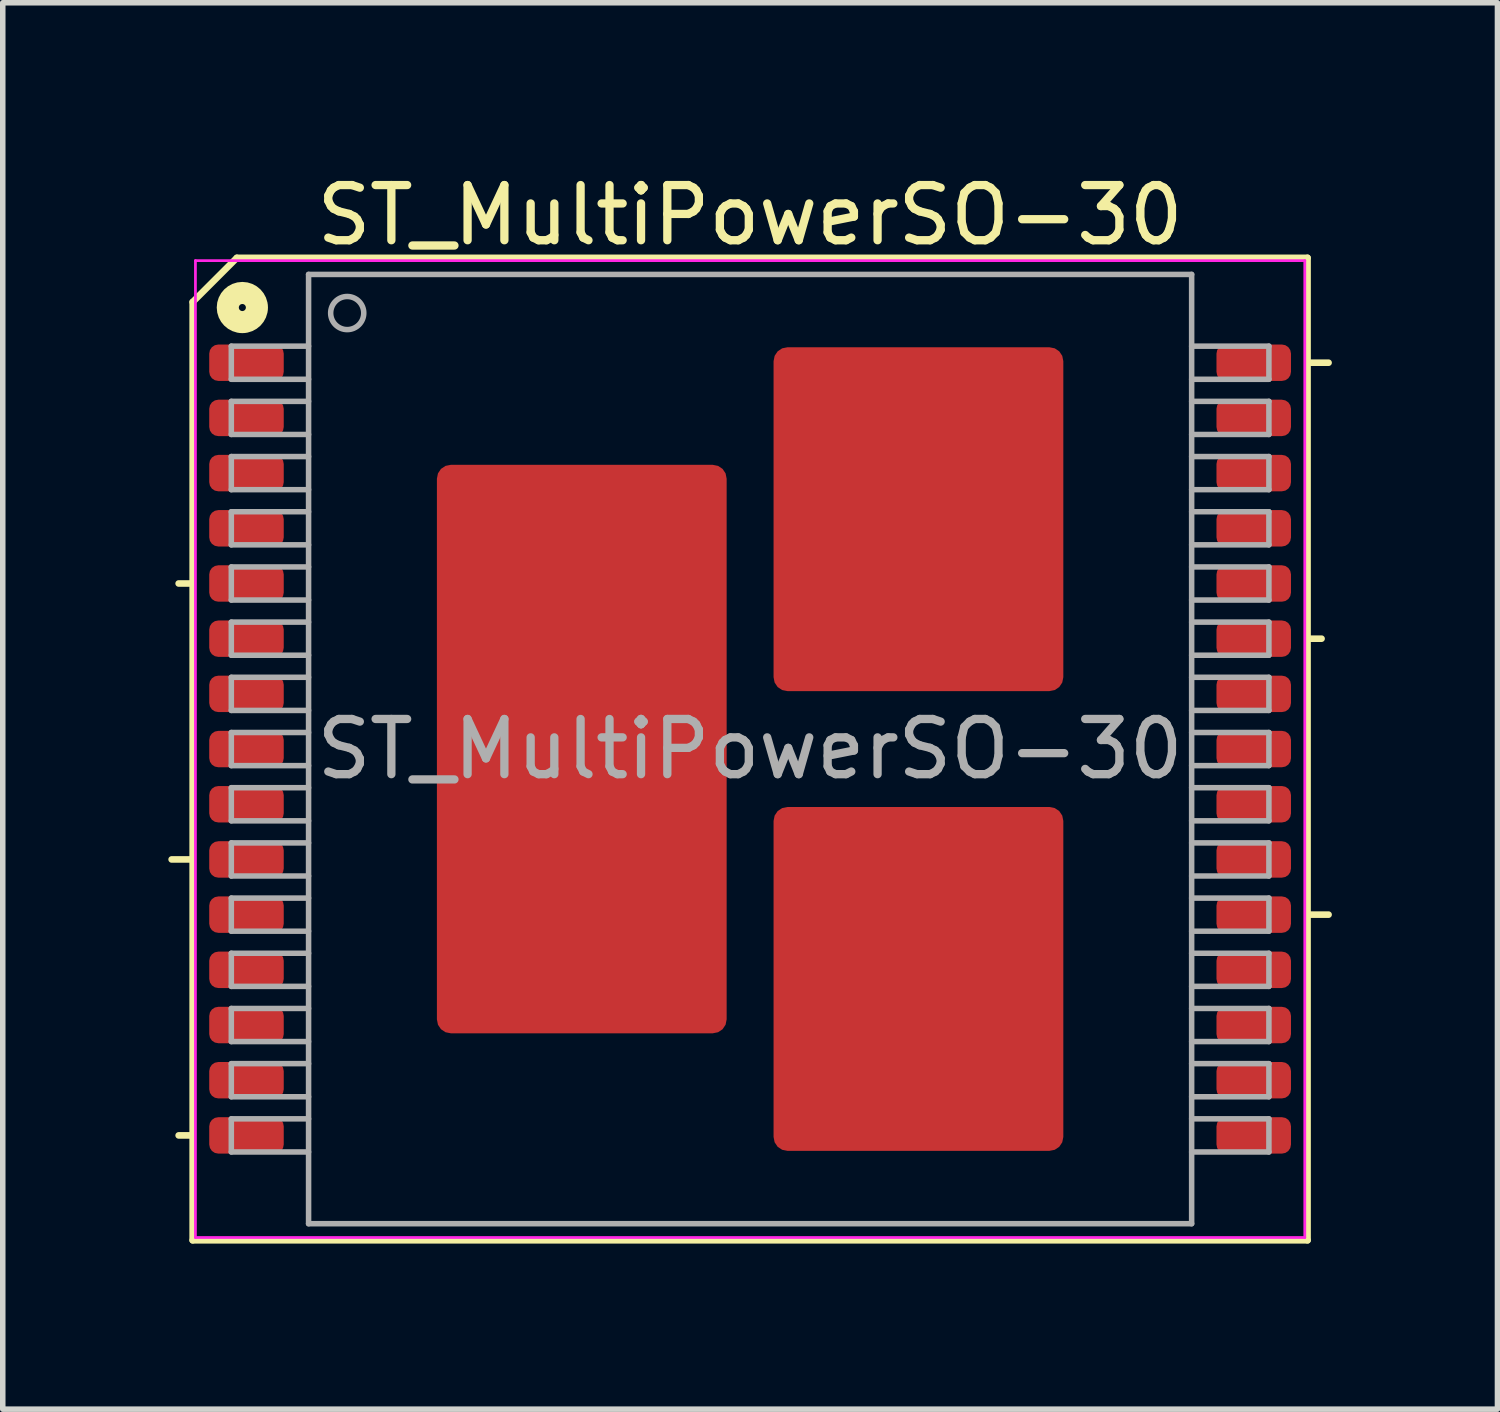
<source format=kicad_pcb>
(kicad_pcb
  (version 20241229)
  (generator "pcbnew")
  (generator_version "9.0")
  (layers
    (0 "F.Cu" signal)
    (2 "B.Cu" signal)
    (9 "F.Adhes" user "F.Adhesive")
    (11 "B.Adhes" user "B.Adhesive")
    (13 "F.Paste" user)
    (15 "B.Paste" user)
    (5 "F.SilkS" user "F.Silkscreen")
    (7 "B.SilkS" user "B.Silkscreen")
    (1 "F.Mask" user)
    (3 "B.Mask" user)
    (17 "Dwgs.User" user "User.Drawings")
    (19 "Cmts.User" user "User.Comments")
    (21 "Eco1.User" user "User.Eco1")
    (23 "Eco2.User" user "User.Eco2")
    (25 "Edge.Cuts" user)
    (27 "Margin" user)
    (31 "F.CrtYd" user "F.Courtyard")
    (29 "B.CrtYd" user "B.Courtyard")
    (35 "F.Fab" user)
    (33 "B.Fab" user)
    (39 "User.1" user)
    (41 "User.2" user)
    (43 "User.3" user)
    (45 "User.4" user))
  (footprint "ST_MultiPowerSO-30"
    (layer "F.Cu")
    (at 10.541 10.522)
    (property "Reference" "ST_MultiPowerSO-30" (at 0 -9.674 0) (layer "F.SilkS") (effects (font (size 1 1) (thickness 0.15))))
    (attr smd)
    (fp_line (start -10.481 2) (end -10.1 2) (stroke (width 0.12) (type solid)) (layer "F.SilkS"))
    (fp_line (start -10.354 -3) (end -10.1 -3) (stroke (width 0.12) (type solid)) (layer "F.SilkS"))
    (fp_line (start -10.354 7) (end -10.1 7) (stroke (width 0.12) (type solid)) (layer "F.SilkS"))
    (fp_line (start -10.1 -8.1) (end -10.1 8.9) (stroke (width 0.12) (type solid)) (layer "F.SilkS"))
    (fp_line (start -10.1 -8.1) (end -9.3 -8.9) (stroke (width 0.12) (type solid)) (layer "F.SilkS"))
    (fp_line (start -10.1 8.9) (end 10.1 8.9) (stroke (width 0.12) (type solid)) (layer "F.SilkS"))
    (fp_line (start 10.1 -8.9) (end -9.3 -8.9) (stroke (width 0.12) (type solid)) (layer "F.SilkS"))
    (fp_line (start 10.1 -7) (end 10.481 -7) (stroke (width 0.12) (type solid)) (layer "F.SilkS"))
    (fp_line (start 10.1 -2) (end 10.354 -2) (stroke (width 0.12) (type solid)) (layer "F.SilkS"))
    (fp_line (start 10.1 3) (end 10.481 3) (stroke (width 0.12) (type solid)) (layer "F.SilkS"))
    (fp_line (start 10.1 8.9) (end 10.1 -8.9) (stroke (width 0.12) (type solid)) (layer "F.SilkS"))
    (fp_circle (center -9.2 -8) (end -9.136 -8) (stroke (width 0.4) (type solid)) (fill no) (layer "F.SilkS"))
    (fp_line (start -10.05 -8.85) (end -10.05 8.85) (stroke (width 0.05) (type solid)) (layer "F.CrtYd"))
    (fp_line (start -10.05 -8.85) (end 10.05 -8.85) (stroke (width 0.05) (type solid)) (layer "F.CrtYd"))
    (fp_line (start 10.05 8.85) (end -10.05 8.85) (stroke (width 0.05) (type solid)) (layer "F.CrtYd"))
    (fp_line (start 10.05 8.85) (end 10.05 -8.85) (stroke (width 0.05) (type solid)) (layer "F.CrtYd"))
    (fp_line (start -9.4 -7.3) (end -9.4 -6.7) (stroke (width 0.1) (type solid)) (layer "F.Fab"))
    (fp_line (start -9.4 -7.3) (end -8 -7.3) (stroke (width 0.1) (type solid)) (layer "F.Fab"))
    (fp_line (start -9.4 -6.7) (end -8 -6.7) (stroke (width 0.1) (type solid)) (layer "F.Fab"))
    (fp_line (start -9.4 -6.3) (end -9.4 -5.7) (stroke (width 0.1) (type solid)) (layer "F.Fab"))
    (fp_line (start -9.4 -6.3) (end -8 -6.3) (stroke (width 0.1) (type solid)) (layer "F.Fab"))
    (fp_line (start -9.4 -5.7) (end -8 -5.7) (stroke (width 0.1) (type solid)) (layer "F.Fab"))
    (fp_line (start -9.4 -5.3) (end -9.4 -4.7) (stroke (width 0.1) (type solid)) (layer "F.Fab"))
    (fp_line (start -9.4 -5.3) (end -8 -5.3) (stroke (width 0.1) (type solid)) (layer "F.Fab"))
    (fp_line (start -9.4 -4.7) (end -8 -4.7) (stroke (width 0.1) (type solid)) (layer "F.Fab"))
    (fp_line (start -9.4 -4.3) (end -9.4 -3.7) (stroke (width 0.1) (type solid)) (layer "F.Fab"))
    (fp_line (start -9.4 -4.3) (end -8 -4.3) (stroke (width 0.1) (type solid)) (layer "F.Fab"))
    (fp_line (start -9.4 -3.7) (end -8 -3.7) (stroke (width 0.1) (type solid)) (layer "F.Fab"))
    (fp_line (start -9.4 -3.3) (end -9.4 -2.7) (stroke (width 0.1) (type solid)) (layer "F.Fab"))
    (fp_line (start -9.4 -3.3) (end -8 -3.3) (stroke (width 0.1) (type solid)) (layer "F.Fab"))
    (fp_line (start -9.4 -2.7) (end -8 -2.7) (stroke (width 0.1) (type solid)) (layer "F.Fab"))
    (fp_line (start -9.4 -2.3) (end -9.4 -1.7) (stroke (width 0.1) (type solid)) (layer "F.Fab"))
    (fp_line (start -9.4 -2.3) (end -8 -2.3) (stroke (width 0.1) (type solid)) (layer "F.Fab"))
    (fp_line (start -9.4 -1.7) (end -8 -1.7) (stroke (width 0.1) (type solid)) (layer "F.Fab"))
    (fp_line (start -9.4 -1.3) (end -9.4 -0.7) (stroke (width 0.1) (type solid)) (layer "F.Fab"))
    (fp_line (start -9.4 -1.3) (end -8 -1.3) (stroke (width 0.1) (type solid)) (layer "F.Fab"))
    (fp_line (start -9.4 -0.7) (end -8 -0.7) (stroke (width 0.1) (type solid)) (layer "F.Fab"))
    (fp_line (start -9.4 -0.3) (end -9.4 0.3) (stroke (width 0.1) (type solid)) (layer "F.Fab"))
    (fp_line (start -9.4 -0.3) (end -8 -0.3) (stroke (width 0.1) (type solid)) (layer "F.Fab"))
    (fp_line (start -9.4 0.3) (end -8 0.3) (stroke (width 0.1) (type solid)) (layer "F.Fab"))
    (fp_line (start -9.4 0.7) (end -9.4 1.3) (stroke (width 0.1) (type solid)) (layer "F.Fab"))
    (fp_line (start -9.4 0.7) (end -8 0.7) (stroke (width 0.1) (type solid)) (layer "F.Fab"))
    (fp_line (start -9.4 1.3) (end -8 1.3) (stroke (width 0.1) (type solid)) (layer "F.Fab"))
    (fp_line (start -9.4 1.7) (end -9.4 2.3) (stroke (width 0.1) (type solid)) (layer "F.Fab"))
    (fp_line (start -9.4 1.7) (end -8 1.7) (stroke (width 0.1) (type solid)) (layer "F.Fab"))
    (fp_line (start -9.4 2.3) (end -8 2.3) (stroke (width 0.1) (type solid)) (layer "F.Fab"))
    (fp_line (start -9.4 2.7) (end -9.4 3.3) (stroke (width 0.1) (type solid)) (layer "F.Fab"))
    (fp_line (start -9.4 2.7) (end -8 2.7) (stroke (width 0.1) (type solid)) (layer "F.Fab"))
    (fp_line (start -9.4 3.3) (end -8 3.3) (stroke (width 0.1) (type solid)) (layer "F.Fab"))
    (fp_line (start -9.4 3.7) (end -9.4 4.3) (stroke (width 0.1) (type solid)) (layer "F.Fab"))
    (fp_line (start -9.4 3.7) (end -8 3.7) (stroke (width 0.1) (type solid)) (layer "F.Fab"))
    (fp_line (start -9.4 4.3) (end -8 4.3) (stroke (width 0.1) (type solid)) (layer "F.Fab"))
    (fp_line (start -9.4 4.7) (end -9.4 5.3) (stroke (width 0.1) (type solid)) (layer "F.Fab"))
    (fp_line (start -9.4 4.7) (end -8 4.7) (stroke (width 0.1) (type solid)) (layer "F.Fab"))
    (fp_line (start -9.4 5.3) (end -8 5.3) (stroke (width 0.1) (type solid)) (layer "F.Fab"))
    (fp_line (start -9.4 5.7) (end -9.4 6.3) (stroke (width 0.1) (type solid)) (layer "F.Fab"))
    (fp_line (start -9.4 5.7) (end -8 5.7) (stroke (width 0.1) (type solid)) (layer "F.Fab"))
    (fp_line (start -9.4 6.3) (end -8 6.3) (stroke (width 0.1) (type solid)) (layer "F.Fab"))
    (fp_line (start -9.4 6.7) (end -9.4 7.3) (stroke (width 0.1) (type solid)) (layer "F.Fab"))
    (fp_line (start -9.4 6.7) (end -8 6.7) (stroke (width 0.1) (type solid)) (layer "F.Fab"))
    (fp_line (start -9.4 7.3) (end -8 7.3) (stroke (width 0.1) (type solid)) (layer "F.Fab"))
    (fp_line (start -8 -8.6) (end -8 8.6) (stroke (width 0.1) (type solid)) (layer "F.Fab"))
    (fp_line (start -8 8.6) (end 8 8.6) (stroke (width 0.1) (type solid)) (layer "F.Fab"))
    (fp_line (start 8 -8.6) (end -8 -8.6) (stroke (width 0.1) (type solid)) (layer "F.Fab"))
    (fp_line (start 8 8.6) (end 8 -8.6) (stroke (width 0.1) (type solid)) (layer "F.Fab"))
    (fp_line (start 9.4 -7.3) (end 8 -7.3) (stroke (width 0.1) (type solid)) (layer "F.Fab"))
    (fp_line (start 9.4 -6.7) (end 8 -6.7) (stroke (width 0.1) (type solid)) (layer "F.Fab"))
    (fp_line (start 9.4 -6.7) (end 9.4 -7.3) (stroke (width 0.1) (type solid)) (layer "F.Fab"))
    (fp_line (start 9.4 -6.3) (end 8 -6.3) (stroke (width 0.1) (type solid)) (layer "F.Fab"))
    (fp_line (start 9.4 -5.7) (end 8 -5.7) (stroke (width 0.1) (type solid)) (layer "F.Fab"))
    (fp_line (start 9.4 -5.7) (end 9.4 -6.3) (stroke (width 0.1) (type solid)) (layer "F.Fab"))
    (fp_line (start 9.4 -5.3) (end 8 -5.3) (stroke (width 0.1) (type solid)) (layer "F.Fab"))
    (fp_line (start 9.4 -4.7) (end 8 -4.7) (stroke (width 0.1) (type solid)) (layer "F.Fab"))
    (fp_line (start 9.4 -4.7) (end 9.4 -5.3) (stroke (width 0.1) (type solid)) (layer "F.Fab"))
    (fp_line (start 9.4 -4.3) (end 8 -4.3) (stroke (width 0.1) (type solid)) (layer "F.Fab"))
    (fp_line (start 9.4 -3.7) (end 8 -3.7) (stroke (width 0.1) (type solid)) (layer "F.Fab"))
    (fp_line (start 9.4 -3.7) (end 9.4 -4.3) (stroke (width 0.1) (type solid)) (layer "F.Fab"))
    (fp_line (start 9.4 -3.3) (end 8 -3.3) (stroke (width 0.1) (type solid)) (layer "F.Fab"))
    (fp_line (start 9.4 -2.7) (end 8 -2.7) (stroke (width 0.1) (type solid)) (layer "F.Fab"))
    (fp_line (start 9.4 -2.7) (end 9.4 -3.3) (stroke (width 0.1) (type solid)) (layer "F.Fab"))
    (fp_line (start 9.4 -2.3) (end 8 -2.3) (stroke (width 0.1) (type solid)) (layer "F.Fab"))
    (fp_line (start 9.4 -1.7) (end 8 -1.7) (stroke (width 0.1) (type solid)) (layer "F.Fab"))
    (fp_line (start 9.4 -1.7) (end 9.4 -2.3) (stroke (width 0.1) (type solid)) (layer "F.Fab"))
    (fp_line (start 9.4 -1.3) (end 8 -1.3) (stroke (width 0.1) (type solid)) (layer "F.Fab"))
    (fp_line (start 9.4 -0.7) (end 8 -0.7) (stroke (width 0.1) (type solid)) (layer "F.Fab"))
    (fp_line (start 9.4 -0.7) (end 9.4 -1.3) (stroke (width 0.1) (type solid)) (layer "F.Fab"))
    (fp_line (start 9.4 -0.3) (end 8 -0.3) (stroke (width 0.1) (type solid)) (layer "F.Fab"))
    (fp_line (start 9.4 0.3) (end 8 0.3) (stroke (width 0.1) (type solid)) (layer "F.Fab"))
    (fp_line (start 9.4 0.3) (end 9.4 -0.3) (stroke (width 0.1) (type solid)) (layer "F.Fab"))
    (fp_line (start 9.4 0.7) (end 8 0.7) (stroke (width 0.1) (type solid)) (layer "F.Fab"))
    (fp_line (start 9.4 1.3) (end 8 1.3) (stroke (width 0.1) (type solid)) (layer "F.Fab"))
    (fp_line (start 9.4 1.3) (end 9.4 0.7) (stroke (width 0.1) (type solid)) (layer "F.Fab"))
    (fp_line (start 9.4 1.7) (end 8 1.7) (stroke (width 0.1) (type solid)) (layer "F.Fab"))
    (fp_line (start 9.4 2.3) (end 8 2.3) (stroke (width 0.1) (type solid)) (layer "F.Fab"))
    (fp_line (start 9.4 2.3) (end 9.4 1.7) (stroke (width 0.1) (type solid)) (layer "F.Fab"))
    (fp_line (start 9.4 2.7) (end 8 2.7) (stroke (width 0.1) (type solid)) (layer "F.Fab"))
    (fp_line (start 9.4 3.3) (end 8 3.3) (stroke (width 0.1) (type solid)) (layer "F.Fab"))
    (fp_line (start 9.4 3.3) (end 9.4 2.7) (stroke (width 0.1) (type solid)) (layer "F.Fab"))
    (fp_line (start 9.4 3.7) (end 8 3.7) (stroke (width 0.1) (type solid)) (layer "F.Fab"))
    (fp_line (start 9.4 4.3) (end 8 4.3) (stroke (width 0.1) (type solid)) (layer "F.Fab"))
    (fp_line (start 9.4 4.3) (end 9.4 3.7) (stroke (width 0.1) (type solid)) (layer "F.Fab"))
    (fp_line (start 9.4 4.7) (end 8 4.7) (stroke (width 0.1) (type solid)) (layer "F.Fab"))
    (fp_line (start 9.4 5.3) (end 8 5.3) (stroke (width 0.1) (type solid)) (layer "F.Fab"))
    (fp_line (start 9.4 5.3) (end 9.4 4.7) (stroke (width 0.1) (type solid)) (layer "F.Fab"))
    (fp_line (start 9.4 5.7) (end 8 5.7) (stroke (width 0.1) (type solid)) (layer "F.Fab"))
    (fp_line (start 9.4 6.3) (end 8 6.3) (stroke (width 0.1) (type solid)) (layer "F.Fab"))
    (fp_line (start 9.4 6.3) (end 9.4 5.7) (stroke (width 0.1) (type solid)) (layer "F.Fab"))
    (fp_line (start 9.4 6.7) (end 8 6.7) (stroke (width 0.1) (type solid)) (layer "F.Fab"))
    (fp_line (start 9.4 7.3) (end 8 7.3) (stroke (width 0.1) (type solid)) (layer "F.Fab"))
    (fp_line (start 9.4 7.3) (end 9.4 6.7) (stroke (width 0.1) (type solid)) (layer "F.Fab"))
    (fp_circle (center -7.3 -7.9) (end -7 -7.9) (stroke (width 0.1) (type solid)) (fill no) (layer "F.Fab"))
    (fp_text user "${REFERENCE}" (at 0 0 0) (layer "F.Fab") (effects (font (size 1 1) (thickness 0.15))))
    (pad "" smd roundrect (at -4.8 -4) (size 1.4 1.3) (layers "F.Paste") (roundrect_rratio 0.192))
    (pad "" smd roundrect (at -4.8 -2.4) (size 1.4 1.3) (layers "F.Paste") (roundrect_rratio 0.192))
    (pad "" smd roundrect (at -4.8 -0.8) (size 1.4 1.3) (layers "F.Paste") (roundrect_rratio 0.192))
    (pad "" smd roundrect (at -4.8 0.8) (size 1.4 1.3) (layers "F.Paste") (roundrect_rratio 0.192))
    (pad "" smd roundrect (at -4.8 2.4) (size 1.4 1.3) (layers "F.Paste") (roundrect_rratio 0.192))
    (pad "" smd roundrect (at -4.8 4) (size 1.4 1.3) (layers "F.Paste") (roundrect_rratio 0.192))
    (pad "" smd roundrect (at -3.1 -4) (size 1.4 1.3) (layers "F.Paste") (roundrect_rratio 0.192))
    (pad "" smd roundrect (at -3.1 -2.4) (size 1.4 1.3) (layers "F.Paste") (roundrect_rratio 0.192))
    (pad "" smd roundrect (at -3.1 -0.8) (size 1.4 1.3) (layers "F.Paste") (roundrect_rratio 0.192))
    (pad "" smd roundrect (at -3.1 0.8) (size 1.4 1.3) (layers "F.Paste") (roundrect_rratio 0.192))
    (pad "" smd roundrect (at -3.1 2.4) (size 1.4 1.3) (layers "F.Paste") (roundrect_rratio 0.192))
    (pad "" smd roundrect (at -3.1 4) (size 1.4 1.3) (layers "F.Paste") (roundrect_rratio 0.192))
    (pad "" smd roundrect (at -1.4 -4) (size 1.4 1.3) (layers "F.Paste") (roundrect_rratio 0.192))
    (pad "" smd roundrect (at -1.4 -2.4) (size 1.4 1.3) (layers "F.Paste") (roundrect_rratio 0.192))
    (pad "" smd roundrect (at -1.4 -0.8) (size 1.4 1.3) (layers "F.Paste") (roundrect_rratio 0.192))
    (pad "" smd roundrect (at -1.4 0.8) (size 1.4 1.3) (layers "F.Paste") (roundrect_rratio 0.192))
    (pad "" smd roundrect (at -1.4 2.4) (size 1.4 1.3) (layers "F.Paste") (roundrect_rratio 0.192))
    (pad "" smd roundrect (at -1.4 4) (size 1.4 1.3) (layers "F.Paste") (roundrect_rratio 0.192))
    (pad "" smd roundrect (at 1.35 -6.4) (size 1.4 1.2) (layers "F.Paste") (roundrect_rratio 0.208))
    (pad "" smd roundrect (at 1.35 -4.9) (size 1.4 1.2) (layers "F.Paste") (roundrect_rratio 0.208))
    (pad "" smd roundrect (at 1.35 -3.4) (size 1.4 1.2) (layers "F.Paste") (roundrect_rratio 0.208))
    (pad "" smd roundrect (at 1.35 -1.9) (size 1.4 1.2) (layers "F.Paste") (roundrect_rratio 0.208))
    (pad "" smd roundrect (at 1.35 1.9) (size 1.4 1.2) (layers "F.Paste") (roundrect_rratio 0.208))
    (pad "" smd roundrect (at 1.35 3.4) (size 1.4 1.2) (layers "F.Paste") (roundrect_rratio 0.208))
    (pad "" smd roundrect (at 1.35 4.9) (size 1.4 1.2) (layers "F.Paste") (roundrect_rratio 0.208))
    (pad "" smd roundrect (at 1.35 6.4) (size 1.4 1.2) (layers "F.Paste") (roundrect_rratio 0.208))
    (pad "" smd roundrect (at 3.05 -6.4) (size 1.4 1.2) (layers "F.Paste") (roundrect_rratio 0.208))
    (pad "" smd roundrect (at 3.05 -4.9) (size 1.4 1.2) (layers "F.Paste") (roundrect_rratio 0.208))
    (pad "" smd roundrect (at 3.05 -3.4) (size 1.4 1.2) (layers "F.Paste") (roundrect_rratio 0.208))
    (pad "" smd roundrect (at 3.05 -1.9) (size 1.4 1.2) (layers "F.Paste") (roundrect_rratio 0.208))
    (pad "" smd roundrect (at 3.05 1.9) (size 1.4 1.2) (layers "F.Paste") (roundrect_rratio 0.208))
    (pad "" smd roundrect (at 3.05 3.4) (size 1.4 1.2) (layers "F.Paste") (roundrect_rratio 0.208))
    (pad "" smd roundrect (at 3.05 4.9) (size 1.4 1.2) (layers "F.Paste") (roundrect_rratio 0.208))
    (pad "" smd roundrect (at 3.05 6.4) (size 1.4 1.2) (layers "F.Paste") (roundrect_rratio 0.208))
    (pad "" smd roundrect (at 4.75 -6.4) (size 1.4 1.2) (layers "F.Paste") (roundrect_rratio 0.208))
    (pad "" smd roundrect (at 4.75 -4.9) (size 1.4 1.2) (layers "F.Paste") (roundrect_rratio 0.208))
    (pad "" smd roundrect (at 4.75 -3.4) (size 1.4 1.2) (layers "F.Paste") (roundrect_rratio 0.208))
    (pad "" smd roundrect (at 4.75 -1.9) (size 1.4 1.2) (layers "F.Paste") (roundrect_rratio 0.208))
    (pad "" smd roundrect (at 4.75 1.9) (size 1.4 1.2) (layers "F.Paste") (roundrect_rratio 0.208))
    (pad "" smd roundrect (at 4.75 3.4) (size 1.4 1.2) (layers "F.Paste") (roundrect_rratio 0.208))
    (pad "" smd roundrect (at 4.75 4.9) (size 1.4 1.2) (layers "F.Paste") (roundrect_rratio 0.208))
    (pad "" smd roundrect (at 4.75 6.4) (size 1.4 1.2) (layers "F.Paste") (roundrect_rratio 0.208))
    (pad "1" smd roundrect (at -9.125 -7 270) (size 0.66 1.35) (layers "F.Cu" "F.Mask" "F.Paste") (roundrect_rratio 0.25))
    (pad "2" smd roundrect (at -9.125 -6 270) (size 0.66 1.35) (layers "F.Cu" "F.Mask" "F.Paste") (roundrect_rratio 0.25))
    (pad "3" smd roundrect (at -9.125 -5 270) (size 0.66 1.35) (layers "F.Cu" "F.Mask" "F.Paste") (roundrect_rratio 0.25))
    (pad "4" smd roundrect (at -9.125 -4 270) (size 0.66 1.35) (layers "F.Cu" "F.Mask" "F.Paste") (roundrect_rratio 0.25))
    (pad "5" smd roundrect (at -9.125 -3 270) (size 0.66 1.35) (layers "F.Cu" "F.Mask" "F.Paste") (roundrect_rratio 0.25))
    (pad "6" smd roundrect (at -9.125 -2 270) (size 0.66 1.35) (layers "F.Cu" "F.Mask" "F.Paste") (roundrect_rratio 0.25))
    (pad "7" smd roundrect (at -9.125 -1 270) (size 0.66 1.35) (layers "F.Cu" "F.Mask" "F.Paste") (roundrect_rratio 0.25))
    (pad "8" smd roundrect (at -9.125 0 270) (size 0.66 1.35) (layers "F.Cu" "F.Mask" "F.Paste") (roundrect_rratio 0.25))
    (pad "9" smd roundrect (at -9.125 1 270) (size 0.66 1.35) (layers "F.Cu" "F.Mask" "F.Paste") (roundrect_rratio 0.25))
    (pad "10" smd roundrect (at -9.125 2 270) (size 0.66 1.35) (layers "F.Cu" "F.Mask" "F.Paste") (roundrect_rratio 0.25))
    (pad "11" smd roundrect (at -9.125 3 270) (size 0.66 1.35) (layers "F.Cu" "F.Mask" "F.Paste") (roundrect_rratio 0.25))
    (pad "12" smd roundrect (at -9.125 4 270) (size 0.66 1.35) (layers "F.Cu" "F.Mask" "F.Paste") (roundrect_rratio 0.25))
    (pad "13" smd roundrect (at -9.125 5 270) (size 0.66 1.35) (layers "F.Cu" "F.Mask" "F.Paste") (roundrect_rratio 0.25))
    (pad "14" smd roundrect (at -9.125 6 270) (size 0.66 1.35) (layers "F.Cu" "F.Mask" "F.Paste") (roundrect_rratio 0.25))
    (pad "15" smd roundrect (at -9.125 7 270) (size 0.66 1.35) (layers "F.Cu" "F.Mask" "F.Paste") (roundrect_rratio 0.25))
    (pad "16" smd roundrect (at 9.125 7 270) (size 0.66 1.35) (layers "F.Cu" "F.Mask" "F.Paste") (roundrect_rratio 0.25))
    (pad "17" smd roundrect (at 9.125 6 270) (size 0.66 1.35) (layers "F.Cu" "F.Mask" "F.Paste") (roundrect_rratio 0.25))
    (pad "18" smd roundrect (at 9.125 5 270) (size 0.66 1.35) (layers "F.Cu" "F.Mask" "F.Paste") (roundrect_rratio 0.25))
    (pad "19" smd roundrect (at 9.125 4 270) (size 0.66 1.35) (layers "F.Cu" "F.Mask" "F.Paste") (roundrect_rratio 0.25))
    (pad "20" smd roundrect (at 9.125 3 270) (size 0.66 1.35) (layers "F.Cu" "F.Mask" "F.Paste") (roundrect_rratio 0.25))
    (pad "21" smd roundrect (at 9.125 2 270) (size 0.66 1.35) (layers "F.Cu" "F.Mask" "F.Paste") (roundrect_rratio 0.25))
    (pad "22" smd roundrect (at 9.125 1 270) (size 0.66 1.35) (layers "F.Cu" "F.Mask" "F.Paste") (roundrect_rratio 0.25))
    (pad "23" smd roundrect (at 9.125 0 270) (size 0.66 1.35) (layers "F.Cu" "F.Mask" "F.Paste") (roundrect_rratio 0.25))
    (pad "24" smd roundrect (at 9.125 -1 270) (size 0.66 1.35) (layers "F.Cu" "F.Mask" "F.Paste") (roundrect_rratio 0.25))
    (pad "25" smd roundrect (at 9.125 -2 270) (size 0.66 1.35) (layers "F.Cu" "F.Mask" "F.Paste") (roundrect_rratio 0.25))
    (pad "26" smd roundrect (at 9.125 -3 270) (size 0.66 1.35) (layers "F.Cu" "F.Mask" "F.Paste") (roundrect_rratio 0.25))
    (pad "27" smd roundrect (at 9.125 -4 270) (size 0.66 1.35) (layers "F.Cu" "F.Mask" "F.Paste") (roundrect_rratio 0.25))
    (pad "28" smd roundrect (at 9.125 -5 270) (size 0.66 1.35) (layers "F.Cu" "F.Mask" "F.Paste") (roundrect_rratio 0.25))
    (pad "29" smd roundrect (at 9.125 -6 270) (size 0.66 1.35) (layers "F.Cu" "F.Mask" "F.Paste") (roundrect_rratio 0.25))
    (pad "30" smd roundrect (at 9.125 -7 270) (size 0.66 1.35) (layers "F.Cu" "F.Mask" "F.Paste") (roundrect_rratio 0.25))
    (pad "31" smd roundrect (at -3.05 0) (size 5.25 10.3) (layers "F.Cu" "F.Mask") (roundrect_rratio 0.048))
    (pad "32" smd roundrect (at 3.05 4.165) (size 5.25 6.23) (layers "F.Cu" "F.Mask") (roundrect_rratio 0.048))
    (pad "33" smd roundrect (at 3.05 -4.165) (size 5.25 6.23) (layers "F.Cu" "F.Mask") (roundrect_rratio 0.048)))
  (gr_rect
    (start -3 -3)
    (end 24.082 22.482)
    (stroke (width 0.1) (type default))
    (fill no)
    (layer "Edge.Cuts")))
</source>
